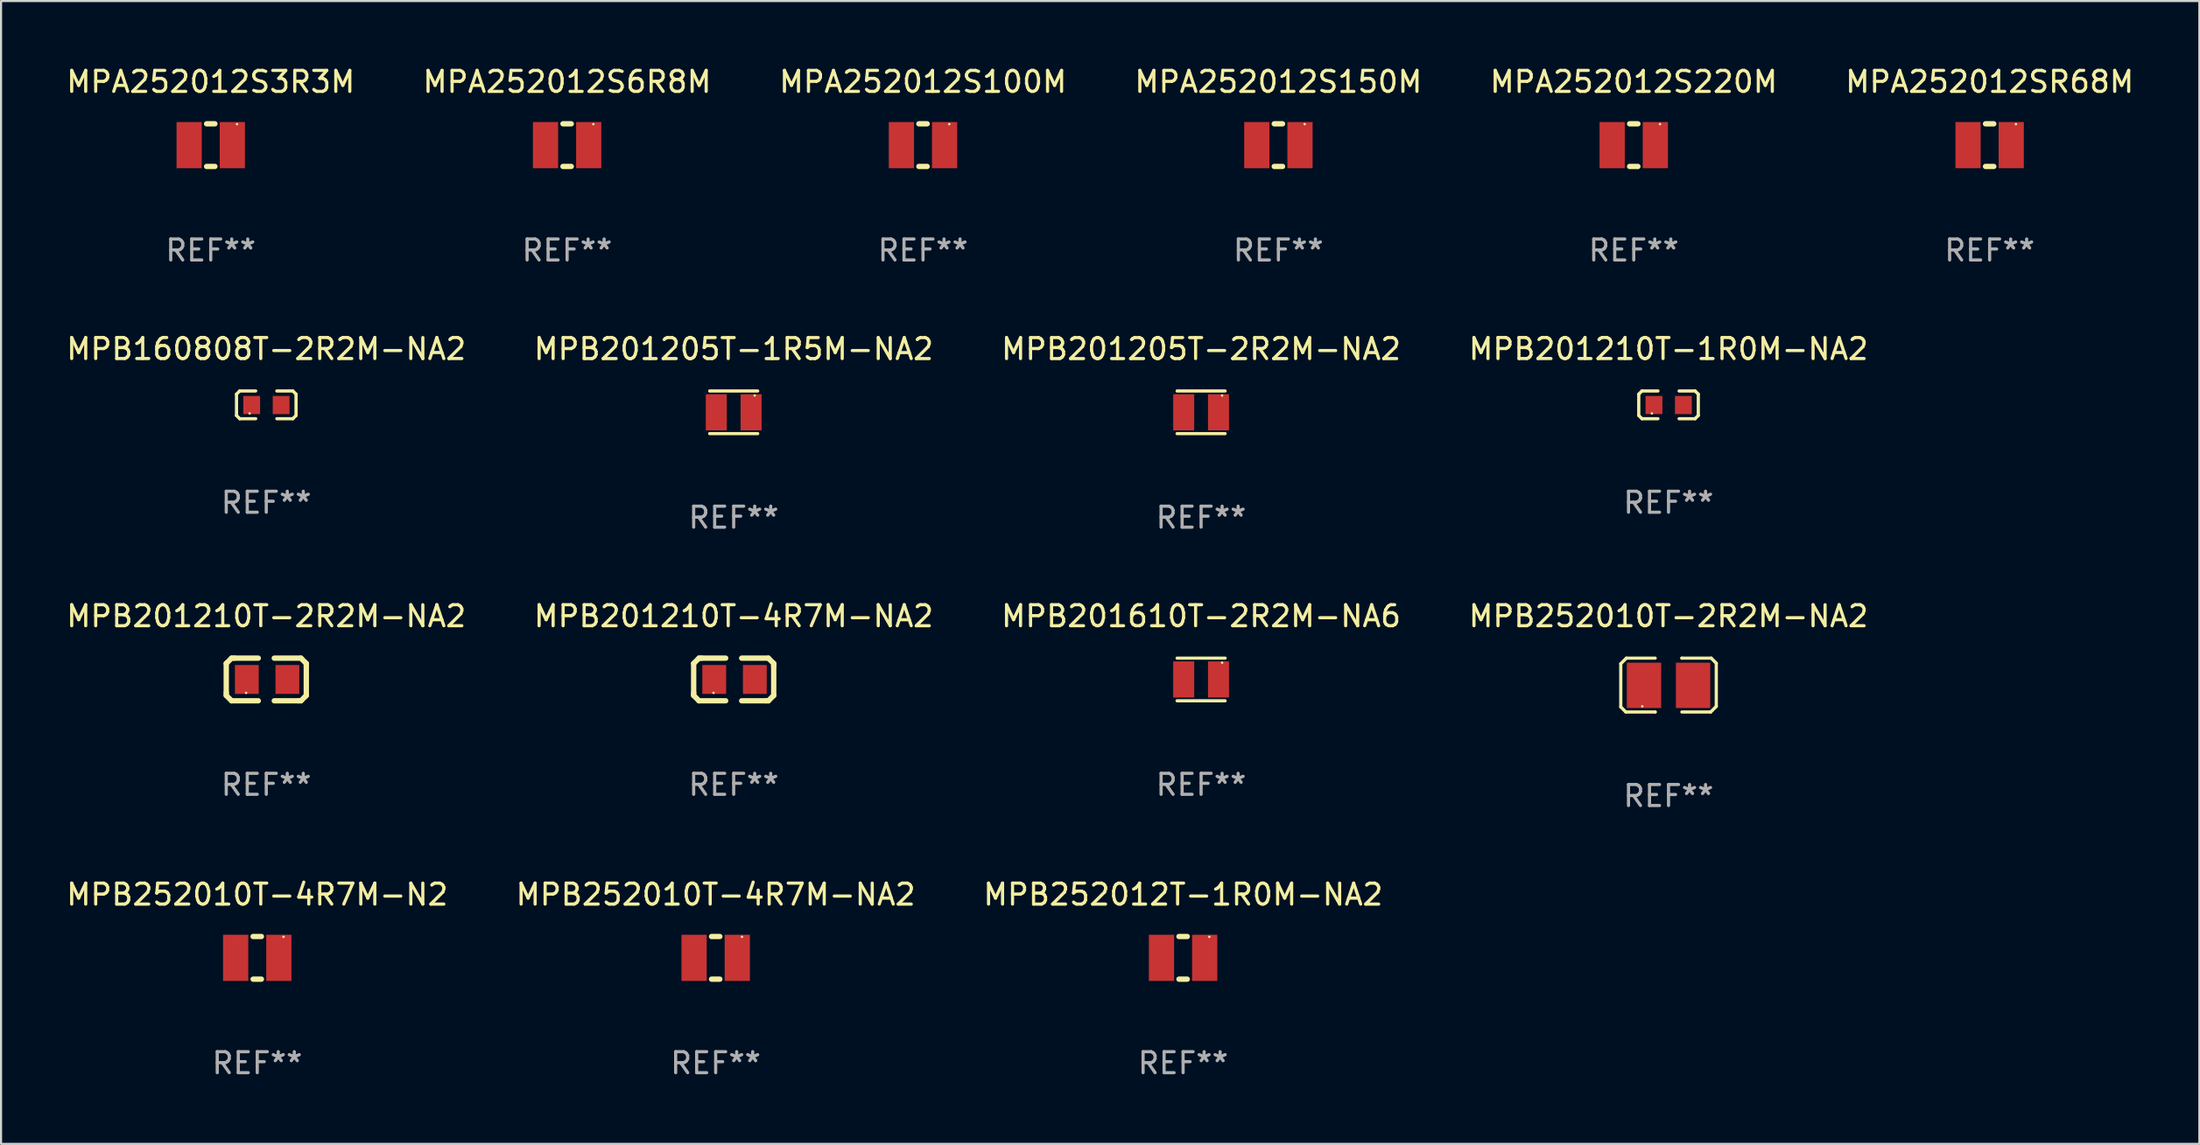
<source format=kicad_pcb>
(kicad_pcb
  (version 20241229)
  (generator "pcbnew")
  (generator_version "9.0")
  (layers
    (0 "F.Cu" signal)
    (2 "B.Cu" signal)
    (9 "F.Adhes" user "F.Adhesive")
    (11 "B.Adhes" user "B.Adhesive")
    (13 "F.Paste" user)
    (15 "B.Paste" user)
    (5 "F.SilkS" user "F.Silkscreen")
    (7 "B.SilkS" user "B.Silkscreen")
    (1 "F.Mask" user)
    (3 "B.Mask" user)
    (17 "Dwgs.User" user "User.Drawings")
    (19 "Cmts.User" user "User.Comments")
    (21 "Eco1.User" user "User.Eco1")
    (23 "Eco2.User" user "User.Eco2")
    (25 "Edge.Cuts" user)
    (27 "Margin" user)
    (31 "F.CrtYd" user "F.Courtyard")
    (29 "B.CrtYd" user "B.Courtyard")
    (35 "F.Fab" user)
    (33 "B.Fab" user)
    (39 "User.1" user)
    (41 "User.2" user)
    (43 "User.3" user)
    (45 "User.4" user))
  (footprint "MPB160808T-2R2M-NA2"
    (layer "F.Cu")
    (at 9.625 16.237)
    (property "Reference" "MPB160808T-2R2M-NA2" (at 0 -2.661 0) (layer "F.SilkS") (effects (font (size 1 1) (thickness 0.15))))
    (attr through_hole)
    (fp_line (start -1.417 -0.508) (end -1.265 -0.661) (stroke (width 0.152) (type solid)) (layer "F.SilkS"))
    (fp_line (start -1.417 0.508) (end -1.417 -0.508) (stroke (width 0.152) (type solid)) (layer "F.SilkS"))
    (fp_line (start -1.265 -0.661) (end -0.503 -0.661) (stroke (width 0.152) (type solid)) (layer "F.SilkS"))
    (fp_line (start -1.265 0.661) (end -1.417 0.508) (stroke (width 0.152) (type solid)) (layer "F.SilkS"))
    (fp_line (start -1.265 0.661) (end -0.503 0.661) (stroke (width 0.152) (type solid)) (layer "F.SilkS"))
    (fp_line (start 1.265 -0.661) (end 0.503 -0.661) (stroke (width 0.152) (type solid)) (layer "F.SilkS"))
    (fp_line (start 1.265 -0.661) (end 1.417 -0.508) (stroke (width 0.152) (type solid)) (layer "F.SilkS"))
    (fp_line (start 1.265 0.661) (end 0.503 0.661) (stroke (width 0.152) (type solid)) (layer "F.SilkS"))
    (fp_line (start 1.417 -0.508) (end 1.417 0.508) (stroke (width 0.152) (type solid)) (layer "F.SilkS"))
    (fp_line (start 1.417 0.508) (end 1.265 0.661) (stroke (width 0.152) (type solid)) (layer "F.SilkS"))
    (fp_circle (center -0.793 0.409) (end -0.763 0.409) (stroke (width 0.06) (type solid)) (fill no) (layer "F.SilkS"))
    (fp_text user "REF**" (at 0 4.661 0) (layer "F.Fab") (effects (font (size 1 1) (thickness 0.15))))
    (pad "1" smd rect (at -0.693 0.009 180) (size 0.8 0.864) (layers "F.Cu" "F.Mask" "F.Paste"))
    (pad "2" smd rect (at 0.707 0.009 180) (size 0.8 0.864) (layers "F.Cu" "F.Mask" "F.Paste")))
  (footprint "MPB201210T-4R7M-NA2"
    (layer "F.Cu")
    (at 31.875 29.321)
    (property "Reference" "MPB201210T-4R7M-NA2" (at 0 -3.016 0) (layer "F.SilkS") (effects (font (size 1 1) (thickness 0.15))))
    (attr through_hole)
    (fp_line (start -1.905 -0.762) (end -1.905 0.635) (stroke (width 0.254) (type solid)) (layer "F.SilkS"))
    (fp_line (start -1.905 0.635) (end -1.905 0.762) (stroke (width 0.254) (type solid)) (layer "F.SilkS"))
    (fp_line (start -1.905 0.762) (end -1.651 1.016) (stroke (width 0.254) (type solid)) (layer "F.SilkS"))
    (fp_line (start -1.651 -1.016) (end -1.905 -0.762) (stroke (width 0.254) (type solid)) (layer "F.SilkS"))
    (fp_line (start -1.651 1.016) (end -0.381 1.016) (stroke (width 0.254) (type solid)) (layer "F.SilkS"))
    (fp_line (start -1.524 -1.016) (end -1.651 -1.016) (stroke (width 0.254) (type solid)) (layer "F.SilkS"))
    (fp_line (start -0.381 -1.016) (end -1.524 -1.016) (stroke (width 0.254) (type solid)) (layer "F.SilkS"))
    (fp_line (start 0.381 1.016) (end 1.524 1.016) (stroke (width 0.254) (type solid)) (layer "F.SilkS"))
    (fp_line (start 1.524 1.016) (end 1.651 1.016) (stroke (width 0.254) (type solid)) (layer "F.SilkS"))
    (fp_line (start 1.651 -1.016) (end 0.381 -1.016) (stroke (width 0.254) (type solid)) (layer "F.SilkS"))
    (fp_line (start 1.651 1.016) (end 1.905 0.762) (stroke (width 0.254) (type solid)) (layer "F.SilkS"))
    (fp_line (start 1.905 -0.762) (end 1.651 -1.016) (stroke (width 0.254) (type solid)) (layer "F.SilkS"))
    (fp_line (start 1.905 -0.635) (end 1.905 -0.762) (stroke (width 0.254) (type solid)) (layer "F.SilkS"))
    (fp_line (start 1.905 0.762) (end 1.905 -0.635) (stroke (width 0.254) (type solid)) (layer "F.SilkS"))
    (fp_circle (center -0.96 0.637) (end -0.93 0.637) (stroke (width 0.06) (type solid)) (fill no) (layer "F.SilkS"))
    (fp_text user "REF**" (at 0 5.016 0) (layer "F.Fab") (effects (font (size 1 1) (thickness 0.15))))
    (pad "1" smd rect (at -0.926 -0.000051) (size 1.133 1.377) (layers "F.Cu" "F.Mask" "F.Paste"))
    (pad "2" smd rect (at 1.006 -0.000051) (size 1.133 1.377) (layers "F.Cu" "F.Mask" "F.Paste")))
  (footprint "MPB252010T-2R2M-NA2"
    (layer "F.Cu")
    (at 76.375 29.588)
    (property "Reference" "MPB252010T-2R2M-NA2" (at 0 -3.283 0) (layer "F.SilkS") (effects (font (size 1 1) (thickness 0.15))))
    (attr through_hole)
    (fp_line (start -2.273 -1.016) (end -2.007 -1.283) (stroke (width 0.152) (type solid)) (layer "F.SilkS"))
    (fp_line (start -2.273 1.041) (end -2.273 -1.016) (stroke (width 0.152) (type solid)) (layer "F.SilkS"))
    (fp_line (start -2.032 1.283) (end -2.273 1.041) (stroke (width 0.152) (type solid)) (layer "F.SilkS"))
    (fp_line (start -2.007 -1.283) (end -0.635 -1.283) (stroke (width 0.152) (type solid)) (layer "F.SilkS"))
    (fp_line (start -0.635 1.283) (end -2.032 1.283) (stroke (width 0.152) (type solid)) (layer "F.SilkS"))
    (fp_line (start -0.635 1.283) (end -0.635 1.283) (stroke (width 0.152) (type solid)) (layer "F.SilkS"))
    (fp_line (start 0.635 -1.283) (end 0.635 -1.283) (stroke (width 0.152) (type solid)) (layer "F.SilkS"))
    (fp_line (start 0.635 -1.283) (end 2.032 -1.283) (stroke (width 0.152) (type solid)) (layer "F.SilkS"))
    (fp_line (start 2.007 1.283) (end 0.635 1.283) (stroke (width 0.152) (type solid)) (layer "F.SilkS"))
    (fp_line (start 2.032 -1.283) (end 2.273 -1.041) (stroke (width 0.152) (type solid)) (layer "F.SilkS"))
    (fp_line (start 2.273 -1.041) (end 2.273 1.016) (stroke (width 0.152) (type solid)) (layer "F.SilkS"))
    (fp_line (start 2.273 1.016) (end 2.007 1.283) (stroke (width 0.152) (type solid)) (layer "F.SilkS"))
    (fp_circle (center -1.25 1.013) (end -1.22 1.013) (stroke (width 0.06) (type solid)) (fill no) (layer "F.SilkS"))
    (fp_text user "REF**" (at 0 5.283 0) (layer "F.Fab") (effects (font (size 1 1) (thickness 0.15))))
    (pad "1" smd rect (at -1.167 0.013) (size 1.635 2.16) (layers "F.Cu" "F.Mask" "F.Paste"))
    (pad "2" smd rect (at 1.168 0.013) (size 1.635 2.16) (layers "F.Cu" "F.Mask" "F.Paste")))
  (footprint "MPA252012S100M"
    (layer "F.Cu")
    (at 40.887 3.864)
    (property "Reference" "MPA252012S100M" (at 0 -3.016 0) (layer "F.SilkS") (effects (font (size 1 1) (thickness 0.15))))
    (attr through_hole)
    (fp_line (start -0.197 1.016) (end 0.197 1.016) (stroke (width 0.254) (type solid)) (layer "F.SilkS"))
    (fp_line (start 0.197 -1.016) (end -0.197 -1.016) (stroke (width 0.254) (type solid)) (layer "F.SilkS"))
    (fp_circle (center 1.25 -1) (end 1.28 -1) (stroke (width 0.06) (type solid)) (fill no) (layer "F.SilkS"))
    (fp_text user "REF**" (at 0 5.016 0) (layer "F.Fab") (effects (font (size 1 1) (thickness 0.15))))
    (pad "1" smd rect (at 1.028 0) (size 1.2 2.2) (layers "F.Cu" "F.Mask" "F.Paste"))
    (pad "2" smd rect (at -1.028 0) (size 1.2 2.2) (layers "F.Cu" "F.Mask" "F.Paste")))
  (footprint "MPB252012T-1R0M-NA2"
    (layer "F.Cu")
    (at 53.268 42.583)
    (property "Reference" "MPB252012T-1R0M-NA2" (at 0 -3.016 0) (layer "F.SilkS") (effects (font (size 1 1) (thickness 0.15))))
    (attr through_hole)
    (fp_line (start -0.197 1.016) (end 0.197 1.016) (stroke (width 0.254) (type solid)) (layer "F.SilkS"))
    (fp_line (start 0.197 -1.016) (end -0.197 -1.016) (stroke (width 0.254) (type solid)) (layer "F.SilkS"))
    (fp_circle (center 1.25 -1) (end 1.28 -1) (stroke (width 0.06) (type solid)) (fill no) (layer "F.SilkS"))
    (fp_text user "REF**" (at 0 5.016 0) (layer "F.Fab") (effects (font (size 1 1) (thickness 0.15))))
    (pad "1" smd rect (at 1.028 0) (size 1.2 2.2) (layers "F.Cu" "F.Mask" "F.Paste"))
    (pad "2" smd rect (at -1.028 0) (size 1.2 2.2) (layers "F.Cu" "F.Mask" "F.Paste")))
  (footprint "MPB201210T-2R2M-NA2"
    (layer "F.Cu")
    (at 9.625 29.321)
    (property "Reference" "MPB201210T-2R2M-NA2" (at 0 -3.016 0) (layer "F.SilkS") (effects (font (size 1 1) (thickness 0.15))))
    (attr through_hole)
    (fp_line (start -1.905 -0.762) (end -1.905 0.635) (stroke (width 0.254) (type solid)) (layer "F.SilkS"))
    (fp_line (start -1.905 0.635) (end -1.905 0.762) (stroke (width 0.254) (type solid)) (layer "F.SilkS"))
    (fp_line (start -1.905 0.762) (end -1.651 1.016) (stroke (width 0.254) (type solid)) (layer "F.SilkS"))
    (fp_line (start -1.651 -1.016) (end -1.905 -0.762) (stroke (width 0.254) (type solid)) (layer "F.SilkS"))
    (fp_line (start -1.651 1.016) (end -0.381 1.016) (stroke (width 0.254) (type solid)) (layer "F.SilkS"))
    (fp_line (start -1.524 -1.016) (end -1.651 -1.016) (stroke (width 0.254) (type solid)) (layer "F.SilkS"))
    (fp_line (start -0.381 -1.016) (end -1.524 -1.016) (stroke (width 0.254) (type solid)) (layer "F.SilkS"))
    (fp_line (start 0.381 1.016) (end 1.524 1.016) (stroke (width 0.254) (type solid)) (layer "F.SilkS"))
    (fp_line (start 1.524 1.016) (end 1.651 1.016) (stroke (width 0.254) (type solid)) (layer "F.SilkS"))
    (fp_line (start 1.651 -1.016) (end 0.381 -1.016) (stroke (width 0.254) (type solid)) (layer "F.SilkS"))
    (fp_line (start 1.651 1.016) (end 1.905 0.762) (stroke (width 0.254) (type solid)) (layer "F.SilkS"))
    (fp_line (start 1.905 -0.762) (end 1.651 -1.016) (stroke (width 0.254) (type solid)) (layer "F.SilkS"))
    (fp_line (start 1.905 -0.635) (end 1.905 -0.762) (stroke (width 0.254) (type solid)) (layer "F.SilkS"))
    (fp_line (start 1.905 0.762) (end 1.905 -0.635) (stroke (width 0.254) (type solid)) (layer "F.SilkS"))
    (fp_circle (center -0.96 0.637) (end -0.93 0.637) (stroke (width 0.06) (type solid)) (fill no) (layer "F.SilkS"))
    (fp_text user "REF**" (at 0 5.016 0) (layer "F.Fab") (effects (font (size 1 1) (thickness 0.15))))
    (pad "1" smd rect (at -0.926 -0.000051) (size 1.133 1.377) (layers "F.Cu" "F.Mask" "F.Paste"))
    (pad "2" smd rect (at 1.006 -0.000051) (size 1.133 1.377) (layers "F.Cu" "F.Mask" "F.Paste")))
  (footprint "MPA252012S220M"
    (layer "F.Cu")
    (at 74.72 3.864)
    (property "Reference" "MPA252012S220M" (at 0 -3.016 0) (layer "F.SilkS") (effects (font (size 1 1) (thickness 0.15))))
    (attr through_hole)
    (fp_line (start -0.197 1.016) (end 0.197 1.016) (stroke (width 0.254) (type solid)) (layer "F.SilkS"))
    (fp_line (start 0.197 -1.016) (end -0.197 -1.016) (stroke (width 0.254) (type solid)) (layer "F.SilkS"))
    (fp_circle (center 1.25 -1) (end 1.28 -1) (stroke (width 0.06) (type solid)) (fill no) (layer "F.SilkS"))
    (fp_text user "REF**" (at 0 5.016 0) (layer "F.Fab") (effects (font (size 1 1) (thickness 0.15))))
    (pad "1" smd rect (at 1.028 0) (size 1.2 2.2) (layers "F.Cu" "F.Mask" "F.Paste"))
    (pad "2" smd rect (at -1.028 0) (size 1.2 2.2) (layers "F.Cu" "F.Mask" "F.Paste")))
  (footprint "MPA252012S3R3M"
    (layer "F.Cu")
    (at 6.982 3.864)
    (property "Reference" "MPA252012S3R3M" (at 0 -3.016 0) (layer "F.SilkS") (effects (font (size 1 1) (thickness 0.15))))
    (attr through_hole)
    (fp_line (start -0.197 1.016) (end 0.197 1.016) (stroke (width 0.254) (type solid)) (layer "F.SilkS"))
    (fp_line (start 0.197 -1.016) (end -0.197 -1.016) (stroke (width 0.254) (type solid)) (layer "F.SilkS"))
    (fp_circle (center 1.25 -1) (end 1.28 -1) (stroke (width 0.06) (type solid)) (fill no) (layer "F.SilkS"))
    (fp_text user "REF**" (at 0 5.016 0) (layer "F.Fab") (effects (font (size 1 1) (thickness 0.15))))
    (pad "1" smd rect (at 1.028 0) (size 1.2 2.2) (layers "F.Cu" "F.Mask" "F.Paste"))
    (pad "2" smd rect (at -1.028 0) (size 1.2 2.2) (layers "F.Cu" "F.Mask" "F.Paste")))
  (footprint "MPB201610T-2R2M-NA6"
    (layer "F.Cu")
    (at 54.125 29.321)
    (property "Reference" "MPB201610T-2R2M-NA6" (at 0 -3.016 0) (layer "F.SilkS") (effects (font (size 1 1) (thickness 0.15))))
    (attr through_hole)
    (fp_line (start -1.143 -1.016) (end 1.143 -1.016) (stroke (width 0.152) (type solid)) (layer "F.SilkS"))
    (fp_line (start 1.143 1.016) (end -1.143 1.016) (stroke (width 0.152) (type solid)) (layer "F.SilkS"))
    (fp_circle (center 1 -0.8) (end 1.03 -0.8) (stroke (width 0.06) (type solid)) (fill no) (layer "F.SilkS"))
    (fp_text user "REF**" (at 0 5.016 0) (layer "F.Fab") (effects (font (size 1 1) (thickness 0.15))))
    (pad "1" smd rect (at 0.828 0) (size 1 1.72) (layers "F.Cu" "F.Mask" "F.Paste"))
    (pad "2" smd rect (at -0.828 0) (size 1 1.72) (layers "F.Cu" "F.Mask" "F.Paste")))
  (footprint "MPB252010T-4R7M-NA2"
    (layer "F.Cu")
    (at 31.018 42.583)
    (property "Reference" "MPB252010T-4R7M-NA2" (at 0 -3.016 0) (layer "F.SilkS") (effects (font (size 1 1) (thickness 0.15))))
    (attr through_hole)
    (fp_line (start -0.197 1.016) (end 0.197 1.016) (stroke (width 0.254) (type solid)) (layer "F.SilkS"))
    (fp_line (start 0.197 -1.016) (end -0.197 -1.016) (stroke (width 0.254) (type solid)) (layer "F.SilkS"))
    (fp_circle (center 1.25 -1) (end 1.28 -1) (stroke (width 0.06) (type solid)) (fill no) (layer "F.SilkS"))
    (fp_text user "REF**" (at 0 5.016 0) (layer "F.Fab") (effects (font (size 1 1) (thickness 0.15))))
    (pad "1" smd rect (at 1.028 0) (size 1.2 2.2) (layers "F.Cu" "F.Mask" "F.Paste"))
    (pad "2" smd rect (at -1.028 0) (size 1.2 2.2) (layers "F.Cu" "F.Mask" "F.Paste")))
  (footprint "MPB252010T-4R7M-N2"
    (layer "F.Cu")
    (at 9.196 42.583)
    (property "Reference" "MPB252010T-4R7M-N2" (at 0 -3.016 0) (layer "F.SilkS") (effects (font (size 1 1) (thickness 0.15))))
    (attr through_hole)
    (fp_line (start -0.197 1.016) (end 0.197 1.016) (stroke (width 0.254) (type solid)) (layer "F.SilkS"))
    (fp_line (start 0.197 -1.016) (end -0.197 -1.016) (stroke (width 0.254) (type solid)) (layer "F.SilkS"))
    (fp_circle (center 1.25 -1) (end 1.28 -1) (stroke (width 0.06) (type solid)) (fill no) (layer "F.SilkS"))
    (fp_text user "REF**" (at 0 5.016 0) (layer "F.Fab") (effects (font (size 1 1) (thickness 0.15))))
    (pad "1" smd rect (at 1.028 0) (size 1.2 2.2) (layers "F.Cu" "F.Mask" "F.Paste"))
    (pad "2" smd rect (at -1.028 0) (size 1.2 2.2) (layers "F.Cu" "F.Mask" "F.Paste")))
  (footprint "MPB201205T-1R5M-NA2"
    (layer "F.Cu")
    (at 31.875 16.593)
    (property "Reference" "MPB201205T-1R5M-NA2" (at 0 -3.016 0) (layer "F.SilkS") (effects (font (size 1 1) (thickness 0.15))))
    (attr through_hole)
    (fp_line (start -1.143 -1.016) (end 1.143 -1.016) (stroke (width 0.152) (type solid)) (layer "F.SilkS"))
    (fp_line (start 1.143 1.016) (end -1.143 1.016) (stroke (width 0.152) (type solid)) (layer "F.SilkS"))
    (fp_circle (center 1 -0.8) (end 1.03 -0.8) (stroke (width 0.06) (type solid)) (fill no) (layer "F.SilkS"))
    (fp_text user "REF**" (at 0 5.016 0) (layer "F.Fab") (effects (font (size 1 1) (thickness 0.15))))
    (pad "1" smd rect (at 0.828 0) (size 1 1.72) (layers "F.Cu" "F.Mask" "F.Paste"))
    (pad "2" smd rect (at -0.828 0) (size 1 1.72) (layers "F.Cu" "F.Mask" "F.Paste")))
  (footprint "MPB201205T-2R2M-NA2"
    (layer "F.Cu")
    (at 54.125 16.593)
    (property "Reference" "MPB201205T-2R2M-NA2" (at 0 -3.016 0) (layer "F.SilkS") (effects (font (size 1 1) (thickness 0.15))))
    (attr through_hole)
    (fp_line (start -1.143 -1.016) (end 1.143 -1.016) (stroke (width 0.152) (type solid)) (layer "F.SilkS"))
    (fp_line (start 1.143 1.016) (end -1.143 1.016) (stroke (width 0.152) (type solid)) (layer "F.SilkS"))
    (fp_circle (center 1 -0.8) (end 1.03 -0.8) (stroke (width 0.06) (type solid)) (fill no) (layer "F.SilkS"))
    (fp_text user "REF**" (at 0 5.016 0) (layer "F.Fab") (effects (font (size 1 1) (thickness 0.15))))
    (pad "1" smd rect (at 0.828 0) (size 1 1.72) (layers "F.Cu" "F.Mask" "F.Paste"))
    (pad "2" smd rect (at -0.828 0) (size 1 1.72) (layers "F.Cu" "F.Mask" "F.Paste")))
  (footprint "MPA252012S150M"
    (layer "F.Cu")
    (at 57.804 3.864)
    (property "Reference" "MPA252012S150M" (at 0 -3.016 0) (layer "F.SilkS") (effects (font (size 1 1) (thickness 0.15))))
    (attr through_hole)
    (fp_line (start -0.197 1.016) (end 0.197 1.016) (stroke (width 0.254) (type solid)) (layer "F.SilkS"))
    (fp_line (start 0.197 -1.016) (end -0.197 -1.016) (stroke (width 0.254) (type solid)) (layer "F.SilkS"))
    (fp_circle (center 1.25 -1) (end 1.28 -1) (stroke (width 0.06) (type solid)) (fill no) (layer "F.SilkS"))
    (fp_text user "REF**" (at 0 5.016 0) (layer "F.Fab") (effects (font (size 1 1) (thickness 0.15))))
    (pad "1" smd rect (at 1.028 0) (size 1.2 2.2) (layers "F.Cu" "F.Mask" "F.Paste"))
    (pad "2" smd rect (at -1.028 0) (size 1.2 2.2) (layers "F.Cu" "F.Mask" "F.Paste")))
  (footprint "MPB201210T-1R0M-NA2"
    (layer "F.Cu")
    (at 76.375 16.237)
    (property "Reference" "MPB201210T-1R0M-NA2" (at 0 -2.661 0) (layer "F.SilkS") (effects (font (size 1 1) (thickness 0.15))))
    (attr through_hole)
    (fp_line (start -1.417 -0.508) (end -1.265 -0.661) (stroke (width 0.152) (type solid)) (layer "F.SilkS"))
    (fp_line (start -1.417 0.508) (end -1.417 -0.508) (stroke (width 0.152) (type solid)) (layer "F.SilkS"))
    (fp_line (start -1.265 -0.661) (end -0.503 -0.661) (stroke (width 0.152) (type solid)) (layer "F.SilkS"))
    (fp_line (start -1.265 0.661) (end -1.417 0.508) (stroke (width 0.152) (type solid)) (layer "F.SilkS"))
    (fp_line (start -1.265 0.661) (end -0.503 0.661) (stroke (width 0.152) (type solid)) (layer "F.SilkS"))
    (fp_line (start 1.265 -0.661) (end 0.503 -0.661) (stroke (width 0.152) (type solid)) (layer "F.SilkS"))
    (fp_line (start 1.265 -0.661) (end 1.417 -0.508) (stroke (width 0.152) (type solid)) (layer "F.SilkS"))
    (fp_line (start 1.265 0.661) (end 0.503 0.661) (stroke (width 0.152) (type solid)) (layer "F.SilkS"))
    (fp_line (start 1.417 -0.508) (end 1.417 0.508) (stroke (width 0.152) (type solid)) (layer "F.SilkS"))
    (fp_line (start 1.417 0.508) (end 1.265 0.661) (stroke (width 0.152) (type solid)) (layer "F.SilkS"))
    (fp_circle (center -0.793 0.409) (end -0.763 0.409) (stroke (width 0.06) (type solid)) (fill no) (layer "F.SilkS"))
    (fp_text user "REF**" (at 0 4.661 0) (layer "F.Fab") (effects (font (size 1 1) (thickness 0.15))))
    (pad "1" smd rect (at -0.693 0.009 180) (size 0.8 0.864) (layers "F.Cu" "F.Mask" "F.Paste"))
    (pad "2" smd rect (at 0.707 0.009 180) (size 0.8 0.864) (layers "F.Cu" "F.Mask" "F.Paste")))
  (footprint "MPA252012S6R8M"
    (layer "F.Cu")
    (at 23.946 3.864)
    (property "Reference" "MPA252012S6R8M" (at 0 -3.016 0) (layer "F.SilkS") (effects (font (size 1 1) (thickness 0.15))))
    (attr through_hole)
    (fp_line (start -0.197 1.016) (end 0.197 1.016) (stroke (width 0.254) (type solid)) (layer "F.SilkS"))
    (fp_line (start 0.197 -1.016) (end -0.197 -1.016) (stroke (width 0.254) (type solid)) (layer "F.SilkS"))
    (fp_circle (center 1.25 -1) (end 1.28 -1) (stroke (width 0.06) (type solid)) (fill no) (layer "F.SilkS"))
    (fp_text user "REF**" (at 0 5.016 0) (layer "F.Fab") (effects (font (size 1 1) (thickness 0.15))))
    (pad "1" smd rect (at 1.028 0) (size 1.2 2.2) (layers "F.Cu" "F.Mask" "F.Paste"))
    (pad "2" smd rect (at -1.028 0) (size 1.2 2.2) (layers "F.Cu" "F.Mask" "F.Paste")))
  (footprint "MPA252012SR68M"
    (layer "F.Cu")
    (at 91.661 3.864)
    (property "Reference" "MPA252012SR68M" (at 0 -3.016 0) (layer "F.SilkS") (effects (font (size 1 1) (thickness 0.15))))
    (attr through_hole)
    (fp_line (start -0.197 1.016) (end 0.197 1.016) (stroke (width 0.254) (type solid)) (layer "F.SilkS"))
    (fp_line (start 0.197 -1.016) (end -0.197 -1.016) (stroke (width 0.254) (type solid)) (layer "F.SilkS"))
    (fp_circle (center 1.25 -1) (end 1.28 -1) (stroke (width 0.06) (type solid)) (fill no) (layer "F.SilkS"))
    (fp_text user "REF**" (at 0 5.016 0) (layer "F.Fab") (effects (font (size 1 1) (thickness 0.15))))
    (pad "1" smd rect (at 1.028 0) (size 1.2 2.2) (layers "F.Cu" "F.Mask" "F.Paste"))
    (pad "2" smd rect (at -1.028 0) (size 1.2 2.2) (layers "F.Cu" "F.Mask" "F.Paste")))
  (gr_rect
    (start -3 -3)
    (end 101.643 51.447)
    (stroke (width 0.1) (type default))
    (fill no)
    (layer "Edge.Cuts")))
</source>
